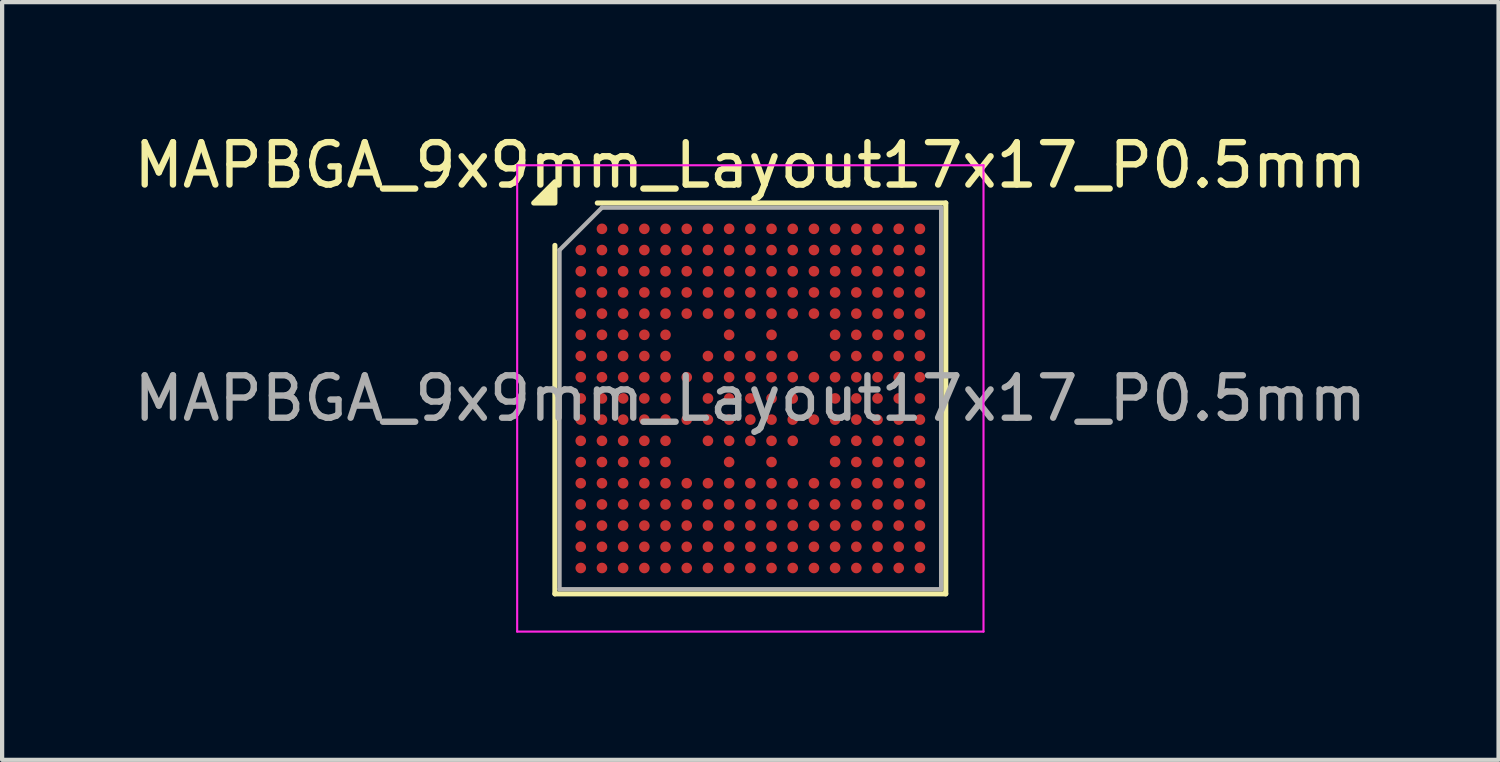
<source format=kicad_pcb>
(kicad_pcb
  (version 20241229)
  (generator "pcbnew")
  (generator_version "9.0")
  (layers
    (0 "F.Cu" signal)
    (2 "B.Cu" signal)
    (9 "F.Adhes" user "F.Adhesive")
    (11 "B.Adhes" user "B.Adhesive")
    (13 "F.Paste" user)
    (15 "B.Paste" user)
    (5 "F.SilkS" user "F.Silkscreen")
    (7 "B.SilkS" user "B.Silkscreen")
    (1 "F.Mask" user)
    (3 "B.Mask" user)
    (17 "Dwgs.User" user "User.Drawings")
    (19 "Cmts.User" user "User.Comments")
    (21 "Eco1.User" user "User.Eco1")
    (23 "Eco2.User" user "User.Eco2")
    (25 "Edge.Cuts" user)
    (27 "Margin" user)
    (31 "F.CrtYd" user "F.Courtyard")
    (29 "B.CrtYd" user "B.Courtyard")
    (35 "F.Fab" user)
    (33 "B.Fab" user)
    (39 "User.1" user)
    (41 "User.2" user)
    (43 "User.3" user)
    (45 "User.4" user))
  (footprint "MAPBGA_9x9mm_Layout17x17_P0.5mm"
    (layer "F.Cu")
    (at 14.649 6.348)
    (property "Reference" "MAPBGA_9x9mm_Layout17x17_P0.5mm" (at 0 -5.5 0) (layer "F.SilkS") (effects (font (size 1 1) (thickness 0.15))))
    (attr smd)
    (fp_line (start -4.61 4.61) (end -4.61 -3.61) (stroke (width 0.12) (type solid)) (layer "F.SilkS"))
    (fp_line (start -3.61 -4.61) (end 4.61 -4.61) (stroke (width 0.12) (type solid)) (layer "F.SilkS"))
    (fp_line (start 4.61 -4.61) (end 4.61 4.61) (stroke (width 0.12) (type solid)) (layer "F.SilkS"))
    (fp_line (start 4.61 4.61) (end -4.61 4.61) (stroke (width 0.12) (type solid)) (layer "F.SilkS"))
    (fp_poly (pts (xy -4.61 -4.61) (xy -5.11 -4.61) (xy -4.61 -5.11) (xy -4.61 -4.61)) (stroke (width 0.12) (type solid)) (fill yes) (layer "F.SilkS"))
    (fp_line (start -5.5 -5.5) (end -5.5 5.5) (stroke (width 0.05) (type solid)) (layer "F.CrtYd"))
    (fp_line (start -5.5 5.5) (end 5.5 5.5) (stroke (width 0.05) (type solid)) (layer "F.CrtYd"))
    (fp_line (start 5.5 -5.5) (end -5.5 -5.5) (stroke (width 0.05) (type solid)) (layer "F.CrtYd"))
    (fp_line (start 5.5 5.5) (end 5.5 -5.5) (stroke (width 0.05) (type solid)) (layer "F.CrtYd"))
    (fp_line (start -4.5 -3.5) (end -3.5 -4.5) (stroke (width 0.1) (type solid)) (layer "F.Fab"))
    (fp_line (start -4.5 4.5) (end -4.5 -3.5) (stroke (width 0.1) (type solid)) (layer "F.Fab"))
    (fp_line (start -3.5 -4.5) (end 4.5 -4.5) (stroke (width 0.1) (type solid)) (layer "F.Fab"))
    (fp_line (start 4.5 -4.5) (end 4.5 4.5) (stroke (width 0.1) (type solid)) (layer "F.Fab"))
    (fp_line (start 4.5 4.5) (end -4.5 4.5) (stroke (width 0.1) (type solid)) (layer "F.Fab"))
    (fp_text user "${REFERENCE}" (at 0 0 0) (layer "F.Fab") (effects (font (size 1 1) (thickness 0.15))))
    (pad "A2" smd circle (at -3.5 -4) (size 0.25 0.25) (property pad_prop_bga) (layers "F.Cu" "F.Mask" "F.Paste"))
    (pad "A3" smd circle (at -3 -4) (size 0.25 0.25) (property pad_prop_bga) (layers "F.Cu" "F.Mask" "F.Paste"))
    (pad "A4" smd circle (at -2.5 -4) (size 0.25 0.25) (property pad_prop_bga) (layers "F.Cu" "F.Mask" "F.Paste"))
    (pad "A5" smd circle (at -2 -4) (size 0.25 0.25) (property pad_prop_bga) (layers "F.Cu" "F.Mask" "F.Paste"))
    (pad "A6" smd circle (at -1.5 -4) (size 0.25 0.25) (property pad_prop_bga) (layers "F.Cu" "F.Mask" "F.Paste"))
    (pad "A7" smd circle (at -1 -4) (size 0.25 0.25) (property pad_prop_bga) (layers "F.Cu" "F.Mask" "F.Paste"))
    (pad "A8" smd circle (at -0.5 -4) (size 0.25 0.25) (property pad_prop_bga) (layers "F.Cu" "F.Mask" "F.Paste"))
    (pad "A9" smd circle (at 0 -4) (size 0.25 0.25) (property pad_prop_bga) (layers "F.Cu" "F.Mask" "F.Paste"))
    (pad "A10" smd circle (at 0.5 -4) (size 0.25 0.25) (property pad_prop_bga) (layers "F.Cu" "F.Mask" "F.Paste"))
    (pad "A11" smd circle (at 1 -4) (size 0.25 0.25) (property pad_prop_bga) (layers "F.Cu" "F.Mask" "F.Paste"))
    (pad "A12" smd circle (at 1.5 -4) (size 0.25 0.25) (property pad_prop_bga) (layers "F.Cu" "F.Mask" "F.Paste"))
    (pad "A13" smd circle (at 2 -4) (size 0.25 0.25) (property pad_prop_bga) (layers "F.Cu" "F.Mask" "F.Paste"))
    (pad "A14" smd circle (at 2.5 -4) (size 0.25 0.25) (property pad_prop_bga) (layers "F.Cu" "F.Mask" "F.Paste"))
    (pad "A15" smd circle (at 3 -4) (size 0.25 0.25) (property pad_prop_bga) (layers "F.Cu" "F.Mask" "F.Paste"))
    (pad "A16" smd circle (at 3.5 -4) (size 0.25 0.25) (property pad_prop_bga) (layers "F.Cu" "F.Mask" "F.Paste"))
    (pad "A17" smd circle (at 4 -4) (size 0.25 0.25) (property pad_prop_bga) (layers "F.Cu" "F.Mask" "F.Paste"))
    (pad "B1" smd circle (at -4 -3.5) (size 0.25 0.25) (property pad_prop_bga) (layers "F.Cu" "F.Mask" "F.Paste"))
    (pad "B2" smd circle (at -3.5 -3.5) (size 0.25 0.25) (property pad_prop_bga) (layers "F.Cu" "F.Mask" "F.Paste"))
    (pad "B3" smd circle (at -3 -3.5) (size 0.25 0.25) (property pad_prop_bga) (layers "F.Cu" "F.Mask" "F.Paste"))
    (pad "B4" smd circle (at -2.5 -3.5) (size 0.25 0.25) (property pad_prop_bga) (layers "F.Cu" "F.Mask" "F.Paste"))
    (pad "B5" smd circle (at -2 -3.5) (size 0.25 0.25) (property pad_prop_bga) (layers "F.Cu" "F.Mask" "F.Paste"))
    (pad "B6" smd circle (at -1.5 -3.5) (size 0.25 0.25) (property pad_prop_bga) (layers "F.Cu" "F.Mask" "F.Paste"))
    (pad "B7" smd circle (at -1 -3.5) (size 0.25 0.25) (property pad_prop_bga) (layers "F.Cu" "F.Mask" "F.Paste"))
    (pad "B8" smd circle (at -0.5 -3.5) (size 0.25 0.25) (property pad_prop_bga) (layers "F.Cu" "F.Mask" "F.Paste"))
    (pad "B9" smd circle (at 0 -3.5) (size 0.25 0.25) (property pad_prop_bga) (layers "F.Cu" "F.Mask" "F.Paste"))
    (pad "B10" smd circle (at 0.5 -3.5) (size 0.25 0.25) (property pad_prop_bga) (layers "F.Cu" "F.Mask" "F.Paste"))
    (pad "B11" smd circle (at 1 -3.5) (size 0.25 0.25) (property pad_prop_bga) (layers "F.Cu" "F.Mask" "F.Paste"))
    (pad "B12" smd circle (at 1.5 -3.5) (size 0.25 0.25) (property pad_prop_bga) (layers "F.Cu" "F.Mask" "F.Paste"))
    (pad "B13" smd circle (at 2 -3.5) (size 0.25 0.25) (property pad_prop_bga) (layers "F.Cu" "F.Mask" "F.Paste"))
    (pad "B14" smd circle (at 2.5 -3.5) (size 0.25 0.25) (property pad_prop_bga) (layers "F.Cu" "F.Mask" "F.Paste"))
    (pad "B15" smd circle (at 3 -3.5) (size 0.25 0.25) (property pad_prop_bga) (layers "F.Cu" "F.Mask" "F.Paste"))
    (pad "B16" smd circle (at 3.5 -3.5) (size 0.25 0.25) (property pad_prop_bga) (layers "F.Cu" "F.Mask" "F.Paste"))
    (pad "B17" smd circle (at 4 -3.5) (size 0.25 0.25) (property pad_prop_bga) (layers "F.Cu" "F.Mask" "F.Paste"))
    (pad "C1" smd circle (at -4 -3) (size 0.25 0.25) (property pad_prop_bga) (layers "F.Cu" "F.Mask" "F.Paste"))
    (pad "C2" smd circle (at -3.5 -3) (size 0.25 0.25) (property pad_prop_bga) (layers "F.Cu" "F.Mask" "F.Paste"))
    (pad "C3" smd circle (at -3 -3) (size 0.25 0.25) (property pad_prop_bga) (layers "F.Cu" "F.Mask" "F.Paste"))
    (pad "C4" smd circle (at -2.5 -3) (size 0.25 0.25) (property pad_prop_bga) (layers "F.Cu" "F.Mask" "F.Paste"))
    (pad "C5" smd circle (at -2 -3) (size 0.25 0.25) (property pad_prop_bga) (layers "F.Cu" "F.Mask" "F.Paste"))
    (pad "C6" smd circle (at -1.5 -3) (size 0.25 0.25) (property pad_prop_bga) (layers "F.Cu" "F.Mask" "F.Paste"))
    (pad "C7" smd circle (at -1 -3) (size 0.25 0.25) (property pad_prop_bga) (layers "F.Cu" "F.Mask" "F.Paste"))
    (pad "C8" smd circle (at -0.5 -3) (size 0.25 0.25) (property pad_prop_bga) (layers "F.Cu" "F.Mask" "F.Paste"))
    (pad "C9" smd circle (at 0 -3) (size 0.25 0.25) (property pad_prop_bga) (layers "F.Cu" "F.Mask" "F.Paste"))
    (pad "C10" smd circle (at 0.5 -3) (size 0.25 0.25) (property pad_prop_bga) (layers "F.Cu" "F.Mask" "F.Paste"))
    (pad "C11" smd circle (at 1 -3) (size 0.25 0.25) (property pad_prop_bga) (layers "F.Cu" "F.Mask" "F.Paste"))
    (pad "C12" smd circle (at 1.5 -3) (size 0.25 0.25) (property pad_prop_bga) (layers "F.Cu" "F.Mask" "F.Paste"))
    (pad "C13" smd circle (at 2 -3) (size 0.25 0.25) (property pad_prop_bga) (layers "F.Cu" "F.Mask" "F.Paste"))
    (pad "C14" smd circle (at 2.5 -3) (size 0.25 0.25) (property pad_prop_bga) (layers "F.Cu" "F.Mask" "F.Paste"))
    (pad "C15" smd circle (at 3 -3) (size 0.25 0.25) (property pad_prop_bga) (layers "F.Cu" "F.Mask" "F.Paste"))
    (pad "C16" smd circle (at 3.5 -3) (size 0.25 0.25) (property pad_prop_bga) (layers "F.Cu" "F.Mask" "F.Paste"))
    (pad "C17" smd circle (at 4 -3) (size 0.25 0.25) (property pad_prop_bga) (layers "F.Cu" "F.Mask" "F.Paste"))
    (pad "D1" smd circle (at -4 -2.5) (size 0.25 0.25) (property pad_prop_bga) (layers "F.Cu" "F.Mask" "F.Paste"))
    (pad "D2" smd circle (at -3.5 -2.5) (size 0.25 0.25) (property pad_prop_bga) (layers "F.Cu" "F.Mask" "F.Paste"))
    (pad "D3" smd circle (at -3 -2.5) (size 0.25 0.25) (property pad_prop_bga) (layers "F.Cu" "F.Mask" "F.Paste"))
    (pad "D4" smd circle (at -2.5 -2.5) (size 0.25 0.25) (property pad_prop_bga) (layers "F.Cu" "F.Mask" "F.Paste"))
    (pad "D5" smd circle (at -2 -2.5) (size 0.25 0.25) (property pad_prop_bga) (layers "F.Cu" "F.Mask" "F.Paste"))
    (pad "D6" smd circle (at -1.5 -2.5) (size 0.25 0.25) (property pad_prop_bga) (layers "F.Cu" "F.Mask" "F.Paste"))
    (pad "D7" smd circle (at -1 -2.5) (size 0.25 0.25) (property pad_prop_bga) (layers "F.Cu" "F.Mask" "F.Paste"))
    (pad "D8" smd circle (at -0.5 -2.5) (size 0.25 0.25) (property pad_prop_bga) (layers "F.Cu" "F.Mask" "F.Paste"))
    (pad "D9" smd circle (at 0 -2.5) (size 0.25 0.25) (property pad_prop_bga) (layers "F.Cu" "F.Mask" "F.Paste"))
    (pad "D10" smd circle (at 0.5 -2.5) (size 0.25 0.25) (property pad_prop_bga) (layers "F.Cu" "F.Mask" "F.Paste"))
    (pad "D11" smd circle (at 1 -2.5) (size 0.25 0.25) (property pad_prop_bga) (layers "F.Cu" "F.Mask" "F.Paste"))
    (pad "D12" smd circle (at 1.5 -2.5) (size 0.25 0.25) (property pad_prop_bga) (layers "F.Cu" "F.Mask" "F.Paste"))
    (pad "D13" smd circle (at 2 -2.5) (size 0.25 0.25) (property pad_prop_bga) (layers "F.Cu" "F.Mask" "F.Paste"))
    (pad "D14" smd circle (at 2.5 -2.5) (size 0.25 0.25) (property pad_prop_bga) (layers "F.Cu" "F.Mask" "F.Paste"))
    (pad "D15" smd circle (at 3 -2.5) (size 0.25 0.25) (property pad_prop_bga) (layers "F.Cu" "F.Mask" "F.Paste"))
    (pad "D16" smd circle (at 3.5 -2.5) (size 0.25 0.25) (property pad_prop_bga) (layers "F.Cu" "F.Mask" "F.Paste"))
    (pad "D17" smd circle (at 4 -2.5) (size 0.25 0.25) (property pad_prop_bga) (layers "F.Cu" "F.Mask" "F.Paste"))
    (pad "E1" smd circle (at -4 -2) (size 0.25 0.25) (property pad_prop_bga) (layers "F.Cu" "F.Mask" "F.Paste"))
    (pad "E2" smd circle (at -3.5 -2) (size 0.25 0.25) (property pad_prop_bga) (layers "F.Cu" "F.Mask" "F.Paste"))
    (pad "E3" smd circle (at -3 -2) (size 0.25 0.25) (property pad_prop_bga) (layers "F.Cu" "F.Mask" "F.Paste"))
    (pad "E4" smd circle (at -2.5 -2) (size 0.25 0.25) (property pad_prop_bga) (layers "F.Cu" "F.Mask" "F.Paste"))
    (pad "E5" smd circle (at -2 -2) (size 0.25 0.25) (property pad_prop_bga) (layers "F.Cu" "F.Mask" "F.Paste"))
    (pad "E6" smd circle (at -1.5 -2) (size 0.25 0.25) (property pad_prop_bga) (layers "F.Cu" "F.Mask" "F.Paste"))
    (pad "E7" smd circle (at -1 -2) (size 0.25 0.25) (property pad_prop_bga) (layers "F.Cu" "F.Mask" "F.Paste"))
    (pad "E8" smd circle (at -0.5 -2) (size 0.25 0.25) (property pad_prop_bga) (layers "F.Cu" "F.Mask" "F.Paste"))
    (pad "E9" smd circle (at 0 -2) (size 0.25 0.25) (property pad_prop_bga) (layers "F.Cu" "F.Mask" "F.Paste"))
    (pad "E10" smd circle (at 0.5 -2) (size 0.25 0.25) (property pad_prop_bga) (layers "F.Cu" "F.Mask" "F.Paste"))
    (pad "E11" smd circle (at 1 -2) (size 0.25 0.25) (property pad_prop_bga) (layers "F.Cu" "F.Mask" "F.Paste"))
    (pad "E12" smd circle (at 1.5 -2) (size 0.25 0.25) (property pad_prop_bga) (layers "F.Cu" "F.Mask" "F.Paste"))
    (pad "E13" smd circle (at 2 -2) (size 0.25 0.25) (property pad_prop_bga) (layers "F.Cu" "F.Mask" "F.Paste"))
    (pad "E14" smd circle (at 2.5 -2) (size 0.25 0.25) (property pad_prop_bga) (layers "F.Cu" "F.Mask" "F.Paste"))
    (pad "E15" smd circle (at 3 -2) (size 0.25 0.25) (property pad_prop_bga) (layers "F.Cu" "F.Mask" "F.Paste"))
    (pad "E16" smd circle (at 3.5 -2) (size 0.25 0.25) (property pad_prop_bga) (layers "F.Cu" "F.Mask" "F.Paste"))
    (pad "E17" smd circle (at 4 -2) (size 0.25 0.25) (property pad_prop_bga) (layers "F.Cu" "F.Mask" "F.Paste"))
    (pad "F1" smd circle (at -4 -1.5) (size 0.25 0.25) (property pad_prop_bga) (layers "F.Cu" "F.Mask" "F.Paste"))
    (pad "F2" smd circle (at -3.5 -1.5) (size 0.25 0.25) (property pad_prop_bga) (layers "F.Cu" "F.Mask" "F.Paste"))
    (pad "F3" smd circle (at -3 -1.5) (size 0.25 0.25) (property pad_prop_bga) (layers "F.Cu" "F.Mask" "F.Paste"))
    (pad "F4" smd circle (at -2.5 -1.5) (size 0.25 0.25) (property pad_prop_bga) (layers "F.Cu" "F.Mask" "F.Paste"))
    (pad "F5" smd circle (at -2 -1.5) (size 0.25 0.25) (property pad_prop_bga) (layers "F.Cu" "F.Mask" "F.Paste"))
    (pad "F8" smd circle (at -0.5 -1.5) (size 0.25 0.25) (property pad_prop_bga) (layers "F.Cu" "F.Mask" "F.Paste"))
    (pad "F10" smd circle (at 0.5 -1.5) (size 0.25 0.25) (property pad_prop_bga) (layers "F.Cu" "F.Mask" "F.Paste"))
    (pad "F13" smd circle (at 2 -1.5) (size 0.25 0.25) (property pad_prop_bga) (layers "F.Cu" "F.Mask" "F.Paste"))
    (pad "F14" smd circle (at 2.5 -1.5) (size 0.25 0.25) (property pad_prop_bga) (layers "F.Cu" "F.Mask" "F.Paste"))
    (pad "F15" smd circle (at 3 -1.5) (size 0.25 0.25) (property pad_prop_bga) (layers "F.Cu" "F.Mask" "F.Paste"))
    (pad "F16" smd circle (at 3.5 -1.5) (size 0.25 0.25) (property pad_prop_bga) (layers "F.Cu" "F.Mask" "F.Paste"))
    (pad "F17" smd circle (at 4 -1.5) (size 0.25 0.25) (property pad_prop_bga) (layers "F.Cu" "F.Mask" "F.Paste"))
    (pad "G1" smd circle (at -4 -1) (size 0.25 0.25) (property pad_prop_bga) (layers "F.Cu" "F.Mask" "F.Paste"))
    (pad "G2" smd circle (at -3.5 -1) (size 0.25 0.25) (property pad_prop_bga) (layers "F.Cu" "F.Mask" "F.Paste"))
    (pad "G3" smd circle (at -3 -1) (size 0.25 0.25) (property pad_prop_bga) (layers "F.Cu" "F.Mask" "F.Paste"))
    (pad "G4" smd circle (at -2.5 -1) (size 0.25 0.25) (property pad_prop_bga) (layers "F.Cu" "F.Mask" "F.Paste"))
    (pad "G5" smd circle (at -2 -1) (size 0.25 0.25) (property pad_prop_bga) (layers "F.Cu" "F.Mask" "F.Paste"))
    (pad "G7" smd circle (at -1 -1) (size 0.25 0.25) (property pad_prop_bga) (layers "F.Cu" "F.Mask" "F.Paste"))
    (pad "G8" smd circle (at -0.5 -1) (size 0.25 0.25) (property pad_prop_bga) (layers "F.Cu" "F.Mask" "F.Paste"))
    (pad "G9" smd circle (at 0 -1) (size 0.25 0.25) (property pad_prop_bga) (layers "F.Cu" "F.Mask" "F.Paste"))
    (pad "G10" smd circle (at 0.5 -1) (size 0.25 0.25) (property pad_prop_bga) (layers "F.Cu" "F.Mask" "F.Paste"))
    (pad "G11" smd circle (at 1 -1) (size 0.25 0.25) (property pad_prop_bga) (layers "F.Cu" "F.Mask" "F.Paste"))
    (pad "G13" smd circle (at 2 -1) (size 0.25 0.25) (property pad_prop_bga) (layers "F.Cu" "F.Mask" "F.Paste"))
    (pad "G14" smd circle (at 2.5 -1) (size 0.25 0.25) (property pad_prop_bga) (layers "F.Cu" "F.Mask" "F.Paste"))
    (pad "G15" smd circle (at 3 -1) (size 0.25 0.25) (property pad_prop_bga) (layers "F.Cu" "F.Mask" "F.Paste"))
    (pad "G16" smd circle (at 3.5 -1) (size 0.25 0.25) (property pad_prop_bga) (layers "F.Cu" "F.Mask" "F.Paste"))
    (pad "G17" smd circle (at 4 -1) (size 0.25 0.25) (property pad_prop_bga) (layers "F.Cu" "F.Mask" "F.Paste"))
    (pad "H1" smd circle (at -4 -0.5) (size 0.25 0.25) (property pad_prop_bga) (layers "F.Cu" "F.Mask" "F.Paste"))
    (pad "H2" smd circle (at -3.5 -0.5) (size 0.25 0.25) (property pad_prop_bga) (layers "F.Cu" "F.Mask" "F.Paste"))
    (pad "H3" smd circle (at -3 -0.5) (size 0.25 0.25) (property pad_prop_bga) (layers "F.Cu" "F.Mask" "F.Paste"))
    (pad "H4" smd circle (at -2.5 -0.5) (size 0.25 0.25) (property pad_prop_bga) (layers "F.Cu" "F.Mask" "F.Paste"))
    (pad "H5" smd circle (at -2 -0.5) (size 0.25 0.25) (property pad_prop_bga) (layers "F.Cu" "F.Mask" "F.Paste"))
    (pad "H6" smd circle (at -1.5 -0.5) (size 0.25 0.25) (property pad_prop_bga) (layers "F.Cu" "F.Mask" "F.Paste"))
    (pad "H7" smd circle (at -1 -0.5) (size 0.25 0.25) (property pad_prop_bga) (layers "F.Cu" "F.Mask" "F.Paste"))
    (pad "H8" smd circle (at -0.5 -0.5) (size 0.25 0.25) (property pad_prop_bga) (layers "F.Cu" "F.Mask" "F.Paste"))
    (pad "H9" smd circle (at 0 -0.5) (size 0.25 0.25) (property pad_prop_bga) (layers "F.Cu" "F.Mask" "F.Paste"))
    (pad "H10" smd circle (at 0.5 -0.5) (size 0.25 0.25) (property pad_prop_bga) (layers "F.Cu" "F.Mask" "F.Paste"))
    (pad "H11" smd circle (at 1 -0.5) (size 0.25 0.25) (property pad_prop_bga) (layers "F.Cu" "F.Mask" "F.Paste"))
    (pad "H12" smd circle (at 1.5 -0.5) (size 0.25 0.25) (property pad_prop_bga) (layers "F.Cu" "F.Mask" "F.Paste"))
    (pad "H13" smd circle (at 2 -0.5) (size 0.25 0.25) (property pad_prop_bga) (layers "F.Cu" "F.Mask" "F.Paste"))
    (pad "H14" smd circle (at 2.5 -0.5) (size 0.25 0.25) (property pad_prop_bga) (layers "F.Cu" "F.Mask" "F.Paste"))
    (pad "H15" smd circle (at 3 -0.5) (size 0.25 0.25) (property pad_prop_bga) (layers "F.Cu" "F.Mask" "F.Paste"))
    (pad "H16" smd circle (at 3.5 -0.5) (size 0.25 0.25) (property pad_prop_bga) (layers "F.Cu" "F.Mask" "F.Paste"))
    (pad "H17" smd circle (at 4 -0.5) (size 0.25 0.25) (property pad_prop_bga) (layers "F.Cu" "F.Mask" "F.Paste"))
    (pad "J1" smd circle (at -4 0) (size 0.25 0.25) (property pad_prop_bga) (layers "F.Cu" "F.Mask" "F.Paste"))
    (pad "J2" smd circle (at -3.5 0) (size 0.25 0.25) (property pad_prop_bga) (layers "F.Cu" "F.Mask" "F.Paste"))
    (pad "J3" smd circle (at -3 0) (size 0.25 0.25) (property pad_prop_bga) (layers "F.Cu" "F.Mask" "F.Paste"))
    (pad "J4" smd circle (at -2.5 0) (size 0.25 0.25) (property pad_prop_bga) (layers "F.Cu" "F.Mask" "F.Paste"))
    (pad "J5" smd circle (at -2 0) (size 0.25 0.25) (property pad_prop_bga) (layers "F.Cu" "F.Mask" "F.Paste"))
    (pad "J7" smd circle (at -1 0) (size 0.25 0.25) (property pad_prop_bga) (layers "F.Cu" "F.Mask" "F.Paste"))
    (pad "J8" smd circle (at -0.5 0) (size 0.25 0.25) (property pad_prop_bga) (layers "F.Cu" "F.Mask" "F.Paste"))
    (pad "J9" smd circle (at 0 0) (size 0.25 0.25) (property pad_prop_bga) (layers "F.Cu" "F.Mask" "F.Paste"))
    (pad "J10" smd circle (at 0.5 0) (size 0.25 0.25) (property pad_prop_bga) (layers "F.Cu" "F.Mask" "F.Paste"))
    (pad "J11" smd circle (at 1 0) (size 0.25 0.25) (property pad_prop_bga) (layers "F.Cu" "F.Mask" "F.Paste"))
    (pad "J13" smd circle (at 2 0) (size 0.25 0.25) (property pad_prop_bga) (layers "F.Cu" "F.Mask" "F.Paste"))
    (pad "J14" smd circle (at 2.5 0) (size 0.25 0.25) (property pad_prop_bga) (layers "F.Cu" "F.Mask" "F.Paste"))
    (pad "J15" smd circle (at 3 0) (size 0.25 0.25) (property pad_prop_bga) (layers "F.Cu" "F.Mask" "F.Paste"))
    (pad "J16" smd circle (at 3.5 0) (size 0.25 0.25) (property pad_prop_bga) (layers "F.Cu" "F.Mask" "F.Paste"))
    (pad "J17" smd circle (at 4 0) (size 0.25 0.25) (property pad_prop_bga) (layers "F.Cu" "F.Mask" "F.Paste"))
    (pad "K1" smd circle (at -4 0.5) (size 0.25 0.25) (property pad_prop_bga) (layers "F.Cu" "F.Mask" "F.Paste"))
    (pad "K2" smd circle (at -3.5 0.5) (size 0.25 0.25) (property pad_prop_bga) (layers "F.Cu" "F.Mask" "F.Paste"))
    (pad "K3" smd circle (at -3 0.5) (size 0.25 0.25) (property pad_prop_bga) (layers "F.Cu" "F.Mask" "F.Paste"))
    (pad "K4" smd circle (at -2.5 0.5) (size 0.25 0.25) (property pad_prop_bga) (layers "F.Cu" "F.Mask" "F.Paste"))
    (pad "K5" smd circle (at -2 0.5) (size 0.25 0.25) (property pad_prop_bga) (layers "F.Cu" "F.Mask" "F.Paste"))
    (pad "K6" smd circle (at -1.5 0.5) (size 0.25 0.25) (property pad_prop_bga) (layers "F.Cu" "F.Mask" "F.Paste"))
    (pad "K7" smd circle (at -1 0.5) (size 0.25 0.25) (property pad_prop_bga) (layers "F.Cu" "F.Mask" "F.Paste"))
    (pad "K8" smd circle (at -0.5 0.5) (size 0.25 0.25) (property pad_prop_bga) (layers "F.Cu" "F.Mask" "F.Paste"))
    (pad "K9" smd circle (at 0 0.5) (size 0.25 0.25) (property pad_prop_bga) (layers "F.Cu" "F.Mask" "F.Paste"))
    (pad "K10" smd circle (at 0.5 0.5) (size 0.25 0.25) (property pad_prop_bga) (layers "F.Cu" "F.Mask" "F.Paste"))
    (pad "K11" smd circle (at 1 0.5) (size 0.25 0.25) (property pad_prop_bga) (layers "F.Cu" "F.Mask" "F.Paste"))
    (pad "K12" smd circle (at 1.5 0.5) (size 0.25 0.25) (property pad_prop_bga) (layers "F.Cu" "F.Mask" "F.Paste"))
    (pad "K13" smd circle (at 2 0.5) (size 0.25 0.25) (property pad_prop_bga) (layers "F.Cu" "F.Mask" "F.Paste"))
    (pad "K14" smd circle (at 2.5 0.5) (size 0.25 0.25) (property pad_prop_bga) (layers "F.Cu" "F.Mask" "F.Paste"))
    (pad "K15" smd circle (at 3 0.5) (size 0.25 0.25) (property pad_prop_bga) (layers "F.Cu" "F.Mask" "F.Paste"))
    (pad "K16" smd circle (at 3.5 0.5) (size 0.25 0.25) (property pad_prop_bga) (layers "F.Cu" "F.Mask" "F.Paste"))
    (pad "K17" smd circle (at 4 0.5) (size 0.25 0.25) (property pad_prop_bga) (layers "F.Cu" "F.Mask" "F.Paste"))
    (pad "L1" smd circle (at -4 1) (size 0.25 0.25) (property pad_prop_bga) (layers "F.Cu" "F.Mask" "F.Paste"))
    (pad "L2" smd circle (at -3.5 1) (size 0.25 0.25) (property pad_prop_bga) (layers "F.Cu" "F.Mask" "F.Paste"))
    (pad "L3" smd circle (at -3 1) (size 0.25 0.25) (property pad_prop_bga) (layers "F.Cu" "F.Mask" "F.Paste"))
    (pad "L4" smd circle (at -2.5 1) (size 0.25 0.25) (property pad_prop_bga) (layers "F.Cu" "F.Mask" "F.Paste"))
    (pad "L5" smd circle (at -2 1) (size 0.25 0.25) (property pad_prop_bga) (layers "F.Cu" "F.Mask" "F.Paste"))
    (pad "L7" smd circle (at -1 1) (size 0.25 0.25) (property pad_prop_bga) (layers "F.Cu" "F.Mask" "F.Paste"))
    (pad "L8" smd circle (at -0.5 1) (size 0.25 0.25) (property pad_prop_bga) (layers "F.Cu" "F.Mask" "F.Paste"))
    (pad "L9" smd circle (at 0 1) (size 0.25 0.25) (property pad_prop_bga) (layers "F.Cu" "F.Mask" "F.Paste"))
    (pad "L10" smd circle (at 0.5 1) (size 0.25 0.25) (property pad_prop_bga) (layers "F.Cu" "F.Mask" "F.Paste"))
    (pad "L11" smd circle (at 1 1) (size 0.25 0.25) (property pad_prop_bga) (layers "F.Cu" "F.Mask" "F.Paste"))
    (pad "L13" smd circle (at 2 1) (size 0.25 0.25) (property pad_prop_bga) (layers "F.Cu" "F.Mask" "F.Paste"))
    (pad "L14" smd circle (at 2.5 1) (size 0.25 0.25) (property pad_prop_bga) (layers "F.Cu" "F.Mask" "F.Paste"))
    (pad "L15" smd circle (at 3 1) (size 0.25 0.25) (property pad_prop_bga) (layers "F.Cu" "F.Mask" "F.Paste"))
    (pad "L16" smd circle (at 3.5 1) (size 0.25 0.25) (property pad_prop_bga) (layers "F.Cu" "F.Mask" "F.Paste"))
    (pad "L17" smd circle (at 4 1) (size 0.25 0.25) (property pad_prop_bga) (layers "F.Cu" "F.Mask" "F.Paste"))
    (pad "M1" smd circle (at -4 1.5) (size 0.25 0.25) (property pad_prop_bga) (layers "F.Cu" "F.Mask" "F.Paste"))
    (pad "M2" smd circle (at -3.5 1.5) (size 0.25 0.25) (property pad_prop_bga) (layers "F.Cu" "F.Mask" "F.Paste"))
    (pad "M3" smd circle (at -3 1.5) (size 0.25 0.25) (property pad_prop_bga) (layers "F.Cu" "F.Mask" "F.Paste"))
    (pad "M4" smd circle (at -2.5 1.5) (size 0.25 0.25) (property pad_prop_bga) (layers "F.Cu" "F.Mask" "F.Paste"))
    (pad "M5" smd circle (at -2 1.5) (size 0.25 0.25) (property pad_prop_bga) (layers "F.Cu" "F.Mask" "F.Paste"))
    (pad "M8" smd circle (at -0.5 1.5) (size 0.25 0.25) (property pad_prop_bga) (layers "F.Cu" "F.Mask" "F.Paste"))
    (pad "M10" smd circle (at 0.5 1.5) (size 0.25 0.25) (property pad_prop_bga) (layers "F.Cu" "F.Mask" "F.Paste"))
    (pad "M13" smd circle (at 2 1.5) (size 0.25 0.25) (property pad_prop_bga) (layers "F.Cu" "F.Mask" "F.Paste"))
    (pad "M14" smd circle (at 2.5 1.5) (size 0.25 0.25) (property pad_prop_bga) (layers "F.Cu" "F.Mask" "F.Paste"))
    (pad "M15" smd circle (at 3 1.5) (size 0.25 0.25) (property pad_prop_bga) (layers "F.Cu" "F.Mask" "F.Paste"))
    (pad "M16" smd circle (at 3.5 1.5) (size 0.25 0.25) (property pad_prop_bga) (layers "F.Cu" "F.Mask" "F.Paste"))
    (pad "M17" smd circle (at 4 1.5) (size 0.25 0.25) (property pad_prop_bga) (layers "F.Cu" "F.Mask" "F.Paste"))
    (pad "N1" smd circle (at -4 2) (size 0.25 0.25) (property pad_prop_bga) (layers "F.Cu" "F.Mask" "F.Paste"))
    (pad "N2" smd circle (at -3.5 2) (size 0.25 0.25) (property pad_prop_bga) (layers "F.Cu" "F.Mask" "F.Paste"))
    (pad "N3" smd circle (at -3 2) (size 0.25 0.25) (property pad_prop_bga) (layers "F.Cu" "F.Mask" "F.Paste"))
    (pad "N4" smd circle (at -2.5 2) (size 0.25 0.25) (property pad_prop_bga) (layers "F.Cu" "F.Mask" "F.Paste"))
    (pad "N5" smd circle (at -2 2) (size 0.25 0.25) (property pad_prop_bga) (layers "F.Cu" "F.Mask" "F.Paste"))
    (pad "N6" smd circle (at -1.5 2) (size 0.25 0.25) (property pad_prop_bga) (layers "F.Cu" "F.Mask" "F.Paste"))
    (pad "N7" smd circle (at -1 2) (size 0.25 0.25) (property pad_prop_bga) (layers "F.Cu" "F.Mask" "F.Paste"))
    (pad "N8" smd circle (at -0.5 2) (size 0.25 0.25) (property pad_prop_bga) (layers "F.Cu" "F.Mask" "F.Paste"))
    (pad "N9" smd circle (at 0 2) (size 0.25 0.25) (property pad_prop_bga) (layers "F.Cu" "F.Mask" "F.Paste"))
    (pad "N10" smd circle (at 0.5 2) (size 0.25 0.25) (property pad_prop_bga) (layers "F.Cu" "F.Mask" "F.Paste"))
    (pad "N11" smd circle (at 1 2) (size 0.25 0.25) (property pad_prop_bga) (layers "F.Cu" "F.Mask" "F.Paste"))
    (pad "N12" smd circle (at 1.5 2) (size 0.25 0.25) (property pad_prop_bga) (layers "F.Cu" "F.Mask" "F.Paste"))
    (pad "N13" smd circle (at 2 2) (size 0.25 0.25) (property pad_prop_bga) (layers "F.Cu" "F.Mask" "F.Paste"))
    (pad "N14" smd circle (at 2.5 2) (size 0.25 0.25) (property pad_prop_bga) (layers "F.Cu" "F.Mask" "F.Paste"))
    (pad "N15" smd circle (at 3 2) (size 0.25 0.25) (property pad_prop_bga) (layers "F.Cu" "F.Mask" "F.Paste"))
    (pad "N16" smd circle (at 3.5 2) (size 0.25 0.25) (property pad_prop_bga) (layers "F.Cu" "F.Mask" "F.Paste"))
    (pad "N17" smd circle (at 4 2) (size 0.25 0.25) (property pad_prop_bga) (layers "F.Cu" "F.Mask" "F.Paste"))
    (pad "P1" smd circle (at -4 2.5) (size 0.25 0.25) (property pad_prop_bga) (layers "F.Cu" "F.Mask" "F.Paste"))
    (pad "P2" smd circle (at -3.5 2.5) (size 0.25 0.25) (property pad_prop_bga) (layers "F.Cu" "F.Mask" "F.Paste"))
    (pad "P3" smd circle (at -3 2.5) (size 0.25 0.25) (property pad_prop_bga) (layers "F.Cu" "F.Mask" "F.Paste"))
    (pad "P4" smd circle (at -2.5 2.5) (size 0.25 0.25) (property pad_prop_bga) (layers "F.Cu" "F.Mask" "F.Paste"))
    (pad "P5" smd circle (at -2 2.5) (size 0.25 0.25) (property pad_prop_bga) (layers "F.Cu" "F.Mask" "F.Paste"))
    (pad "P6" smd circle (at -1.5 2.5) (size 0.25 0.25) (property pad_prop_bga) (layers "F.Cu" "F.Mask" "F.Paste"))
    (pad "P7" smd circle (at -1 2.5) (size 0.25 0.25) (property pad_prop_bga) (layers "F.Cu" "F.Mask" "F.Paste"))
    (pad "P8" smd circle (at -0.5 2.5) (size 0.25 0.25) (property pad_prop_bga) (layers "F.Cu" "F.Mask" "F.Paste"))
    (pad "P9" smd circle (at 0 2.5) (size 0.25 0.25) (property pad_prop_bga) (layers "F.Cu" "F.Mask" "F.Paste"))
    (pad "P10" smd circle (at 0.5 2.5) (size 0.25 0.25) (property pad_prop_bga) (layers "F.Cu" "F.Mask" "F.Paste"))
    (pad "P11" smd circle (at 1 2.5) (size 0.25 0.25) (property pad_prop_bga) (layers "F.Cu" "F.Mask" "F.Paste"))
    (pad "P12" smd circle (at 1.5 2.5) (size 0.25 0.25) (property pad_prop_bga) (layers "F.Cu" "F.Mask" "F.Paste"))
    (pad "P13" smd circle (at 2 2.5) (size 0.25 0.25) (property pad_prop_bga) (layers "F.Cu" "F.Mask" "F.Paste"))
    (pad "P14" smd circle (at 2.5 2.5) (size 0.25 0.25) (property pad_prop_bga) (layers "F.Cu" "F.Mask" "F.Paste"))
    (pad "P15" smd circle (at 3 2.5) (size 0.25 0.25) (property pad_prop_bga) (layers "F.Cu" "F.Mask" "F.Paste"))
    (pad "P16" smd circle (at 3.5 2.5) (size 0.25 0.25) (property pad_prop_bga) (layers "F.Cu" "F.Mask" "F.Paste"))
    (pad "P17" smd circle (at 4 2.5) (size 0.25 0.25) (property pad_prop_bga) (layers "F.Cu" "F.Mask" "F.Paste"))
    (pad "R1" smd circle (at -4 3) (size 0.25 0.25) (property pad_prop_bga) (layers "F.Cu" "F.Mask" "F.Paste"))
    (pad "R2" smd circle (at -3.5 3) (size 0.25 0.25) (property pad_prop_bga) (layers "F.Cu" "F.Mask" "F.Paste"))
    (pad "R3" smd circle (at -3 3) (size 0.25 0.25) (property pad_prop_bga) (layers "F.Cu" "F.Mask" "F.Paste"))
    (pad "R4" smd circle (at -2.5 3) (size 0.25 0.25) (property pad_prop_bga) (layers "F.Cu" "F.Mask" "F.Paste"))
    (pad "R5" smd circle (at -2 3) (size 0.25 0.25) (property pad_prop_bga) (layers "F.Cu" "F.Mask" "F.Paste"))
    (pad "R6" smd circle (at -1.5 3) (size 0.25 0.25) (property pad_prop_bga) (layers "F.Cu" "F.Mask" "F.Paste"))
    (pad "R7" smd circle (at -1 3) (size 0.25 0.25) (property pad_prop_bga) (layers "F.Cu" "F.Mask" "F.Paste"))
    (pad "R8" smd circle (at -0.5 3) (size 0.25 0.25) (property pad_prop_bga) (layers "F.Cu" "F.Mask" "F.Paste"))
    (pad "R9" smd circle (at 0 3) (size 0.25 0.25) (property pad_prop_bga) (layers "F.Cu" "F.Mask" "F.Paste"))
    (pad "R10" smd circle (at 0.5 3) (size 0.25 0.25) (property pad_prop_bga) (layers "F.Cu" "F.Mask" "F.Paste"))
    (pad "R11" smd circle (at 1 3) (size 0.25 0.25) (property pad_prop_bga) (layers "F.Cu" "F.Mask" "F.Paste"))
    (pad "R12" smd circle (at 1.5 3) (size 0.25 0.25) (property pad_prop_bga) (layers "F.Cu" "F.Mask" "F.Paste"))
    (pad "R13" smd circle (at 2 3) (size 0.25 0.25) (property pad_prop_bga) (layers "F.Cu" "F.Mask" "F.Paste"))
    (pad "R14" smd circle (at 2.5 3) (size 0.25 0.25) (property pad_prop_bga) (layers "F.Cu" "F.Mask" "F.Paste"))
    (pad "R15" smd circle (at 3 3) (size 0.25 0.25) (property pad_prop_bga) (layers "F.Cu" "F.Mask" "F.Paste"))
    (pad "R16" smd circle (at 3.5 3) (size 0.25 0.25) (property pad_prop_bga) (layers "F.Cu" "F.Mask" "F.Paste"))
    (pad "R17" smd circle (at 4 3) (size 0.25 0.25) (property pad_prop_bga) (layers "F.Cu" "F.Mask" "F.Paste"))
    (pad "T1" smd circle (at -4 3.5) (size 0.25 0.25) (property pad_prop_bga) (layers "F.Cu" "F.Mask" "F.Paste"))
    (pad "T2" smd circle (at -3.5 3.5) (size 0.25 0.25) (property pad_prop_bga) (layers "F.Cu" "F.Mask" "F.Paste"))
    (pad "T3" smd circle (at -3 3.5) (size 0.25 0.25) (property pad_prop_bga) (layers "F.Cu" "F.Mask" "F.Paste"))
    (pad "T4" smd circle (at -2.5 3.5) (size 0.25 0.25) (property pad_prop_bga) (layers "F.Cu" "F.Mask" "F.Paste"))
    (pad "T5" smd circle (at -2 3.5) (size 0.25 0.25) (property pad_prop_bga) (layers "F.Cu" "F.Mask" "F.Paste"))
    (pad "T6" smd circle (at -1.5 3.5) (size 0.25 0.25) (property pad_prop_bga) (layers "F.Cu" "F.Mask" "F.Paste"))
    (pad "T7" smd circle (at -1 3.5) (size 0.25 0.25) (property pad_prop_bga) (layers "F.Cu" "F.Mask" "F.Paste"))
    (pad "T8" smd circle (at -0.5 3.5) (size 0.25 0.25) (property pad_prop_bga) (layers "F.Cu" "F.Mask" "F.Paste"))
    (pad "T9" smd circle (at 0 3.5) (size 0.25 0.25) (property pad_prop_bga) (layers "F.Cu" "F.Mask" "F.Paste"))
    (pad "T10" smd circle (at 0.5 3.5) (size 0.25 0.25) (property pad_prop_bga) (layers "F.Cu" "F.Mask" "F.Paste"))
    (pad "T11" smd circle (at 1 3.5) (size 0.25 0.25) (property pad_prop_bga) (layers "F.Cu" "F.Mask" "F.Paste"))
    (pad "T12" smd circle (at 1.5 3.5) (size 0.25 0.25) (property pad_prop_bga) (layers "F.Cu" "F.Mask" "F.Paste"))
    (pad "T13" smd circle (at 2 3.5) (size 0.25 0.25) (property pad_prop_bga) (layers "F.Cu" "F.Mask" "F.Paste"))
    (pad "T14" smd circle (at 2.5 3.5) (size 0.25 0.25) (property pad_prop_bga) (layers "F.Cu" "F.Mask" "F.Paste"))
    (pad "T15" smd circle (at 3 3.5) (size 0.25 0.25) (property pad_prop_bga) (layers "F.Cu" "F.Mask" "F.Paste"))
    (pad "T16" smd circle (at 3.5 3.5) (size 0.25 0.25) (property pad_prop_bga) (layers "F.Cu" "F.Mask" "F.Paste"))
    (pad "T17" smd circle (at 4 3.5) (size 0.25 0.25) (property pad_prop_bga) (layers "F.Cu" "F.Mask" "F.Paste"))
    (pad "U1" smd circle (at -4 4) (size 0.25 0.25) (property pad_prop_bga) (layers "F.Cu" "F.Mask" "F.Paste"))
    (pad "U2" smd circle (at -3.5 4) (size 0.25 0.25) (property pad_prop_bga) (layers "F.Cu" "F.Mask" "F.Paste"))
    (pad "U3" smd circle (at -3 4) (size 0.25 0.25) (property pad_prop_bga) (layers "F.Cu" "F.Mask" "F.Paste"))
    (pad "U4" smd circle (at -2.5 4) (size 0.25 0.25) (property pad_prop_bga) (layers "F.Cu" "F.Mask" "F.Paste"))
    (pad "U5" smd circle (at -2 4) (size 0.25 0.25) (property pad_prop_bga) (layers "F.Cu" "F.Mask" "F.Paste"))
    (pad "U6" smd circle (at -1.5 4) (size 0.25 0.25) (property pad_prop_bga) (layers "F.Cu" "F.Mask" "F.Paste"))
    (pad "U7" smd circle (at -1 4) (size 0.25 0.25) (property pad_prop_bga) (layers "F.Cu" "F.Mask" "F.Paste"))
    (pad "U8" smd circle (at -0.5 4) (size 0.25 0.25) (property pad_prop_bga) (layers "F.Cu" "F.Mask" "F.Paste"))
    (pad "U9" smd circle (at 0 4) (size 0.25 0.25) (property pad_prop_bga) (layers "F.Cu" "F.Mask" "F.Paste"))
    (pad "U10" smd circle (at 0.5 4) (size 0.25 0.25) (property pad_prop_bga) (layers "F.Cu" "F.Mask" "F.Paste"))
    (pad "U11" smd circle (at 1 4) (size 0.25 0.25) (property pad_prop_bga) (layers "F.Cu" "F.Mask" "F.Paste"))
    (pad "U12" smd circle (at 1.5 4) (size 0.25 0.25) (property pad_prop_bga) (layers "F.Cu" "F.Mask" "F.Paste"))
    (pad "U13" smd circle (at 2 4) (size 0.25 0.25) (property pad_prop_bga) (layers "F.Cu" "F.Mask" "F.Paste"))
    (pad "U14" smd circle (at 2.5 4) (size 0.25 0.25) (property pad_prop_bga) (layers "F.Cu" "F.Mask" "F.Paste"))
    (pad "U15" smd circle (at 3 4) (size 0.25 0.25) (property pad_prop_bga) (layers "F.Cu" "F.Mask" "F.Paste"))
    (pad "U16" smd circle (at 3.5 4) (size 0.25 0.25) (property pad_prop_bga) (layers "F.Cu" "F.Mask" "F.Paste"))
    (pad "U17" smd circle (at 4 4) (size 0.25 0.25) (property pad_prop_bga) (layers "F.Cu" "F.Mask" "F.Paste")))
  (gr_rect
    (start -3 -3)
    (end 32.298 14.873)
    (stroke (width 0.1) (type default))
    (fill no)
    (layer "Edge.Cuts")))
</source>
